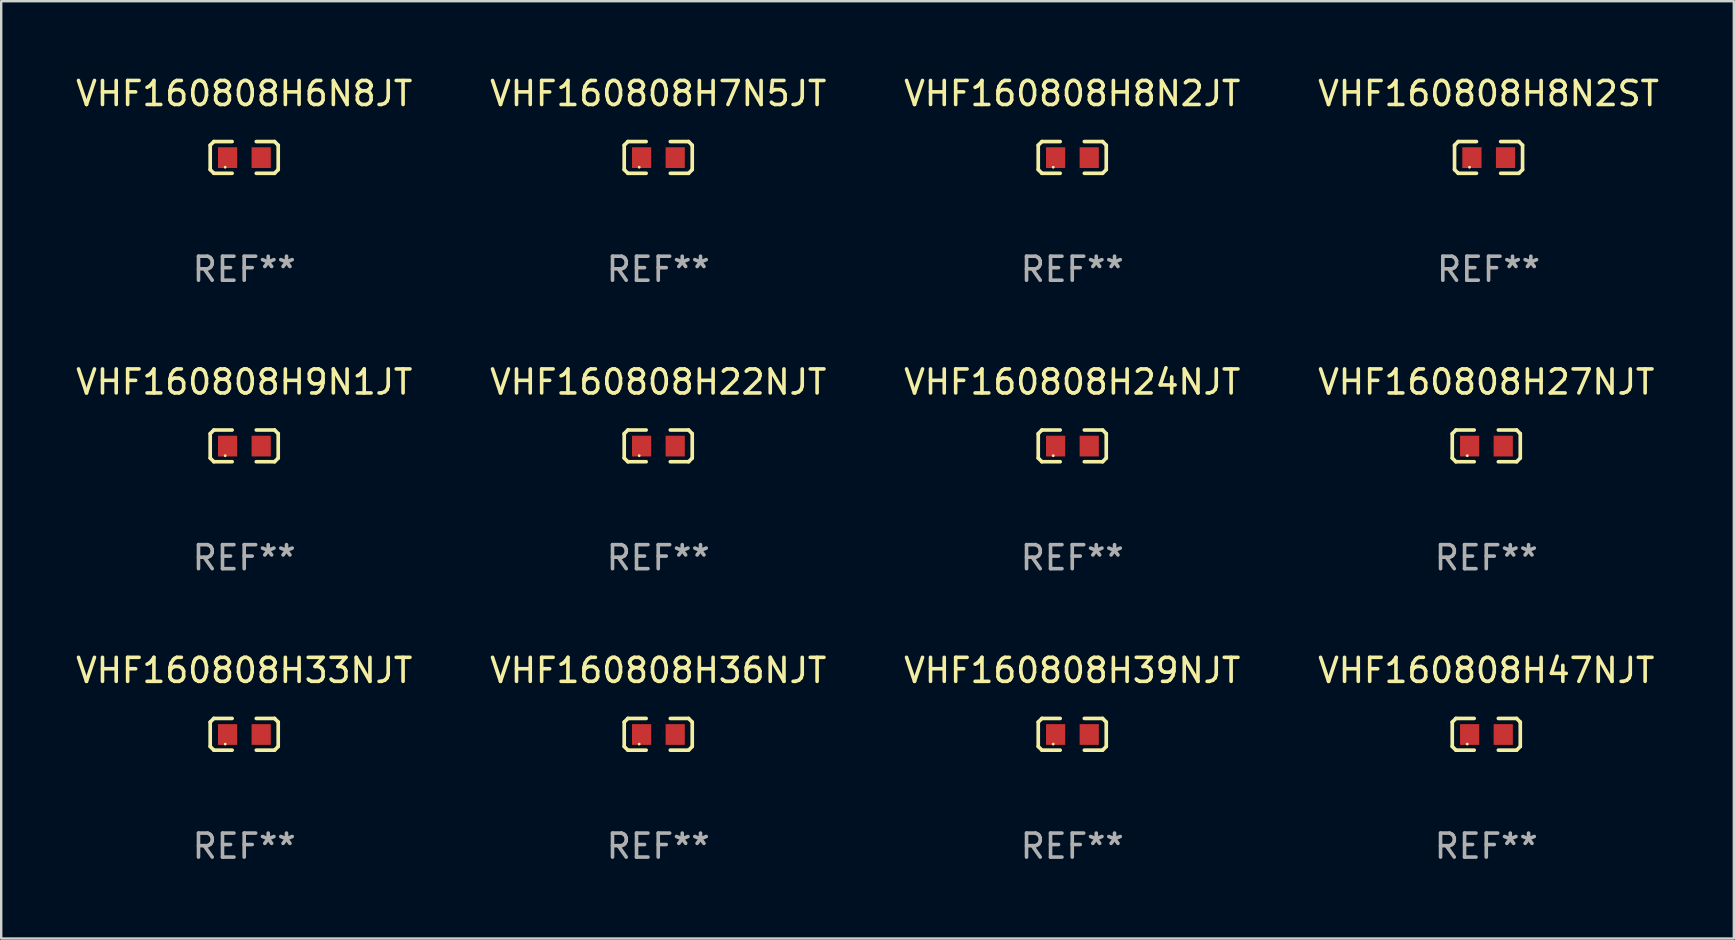
<source format=kicad_pcb>
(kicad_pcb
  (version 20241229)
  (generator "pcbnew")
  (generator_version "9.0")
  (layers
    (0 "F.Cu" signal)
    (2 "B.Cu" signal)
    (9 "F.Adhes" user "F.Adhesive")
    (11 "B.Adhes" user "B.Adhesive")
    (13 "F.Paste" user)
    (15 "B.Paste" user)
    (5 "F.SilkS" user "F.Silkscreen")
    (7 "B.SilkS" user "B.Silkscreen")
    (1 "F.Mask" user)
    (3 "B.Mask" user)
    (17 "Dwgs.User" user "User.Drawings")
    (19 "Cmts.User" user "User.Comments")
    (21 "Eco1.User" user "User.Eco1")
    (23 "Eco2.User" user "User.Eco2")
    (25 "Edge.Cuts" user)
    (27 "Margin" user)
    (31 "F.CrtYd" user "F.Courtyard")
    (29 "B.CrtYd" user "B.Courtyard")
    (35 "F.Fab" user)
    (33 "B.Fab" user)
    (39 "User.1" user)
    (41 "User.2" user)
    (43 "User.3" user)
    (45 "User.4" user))
  (footprint "VHF160808H7N5JT"
    (layer "F.Cu")
    (at 24.375 3.509)
    (property "Reference" "VHF160808H7N5JT" (at 0 -2.661 0) (layer "F.SilkS") (effects (font (size 1 1) (thickness 0.15))))
    (attr through_hole)
    (fp_line (start -1.417 -0.508) (end -1.265 -0.661) (stroke (width 0.152) (type solid)) (layer "F.SilkS"))
    (fp_line (start -1.417 0.508) (end -1.417 -0.508) (stroke (width 0.152) (type solid)) (layer "F.SilkS"))
    (fp_line (start -1.265 -0.661) (end -0.503 -0.661) (stroke (width 0.152) (type solid)) (layer "F.SilkS"))
    (fp_line (start -1.265 0.661) (end -1.417 0.508) (stroke (width 0.152) (type solid)) (layer "F.SilkS"))
    (fp_line (start -1.265 0.661) (end -0.503 0.661) (stroke (width 0.152) (type solid)) (layer "F.SilkS"))
    (fp_line (start 1.265 -0.661) (end 0.503 -0.661) (stroke (width 0.152) (type solid)) (layer "F.SilkS"))
    (fp_line (start 1.265 -0.661) (end 1.417 -0.508) (stroke (width 0.152) (type solid)) (layer "F.SilkS"))
    (fp_line (start 1.265 0.661) (end 0.503 0.661) (stroke (width 0.152) (type solid)) (layer "F.SilkS"))
    (fp_line (start 1.417 -0.508) (end 1.417 0.508) (stroke (width 0.152) (type solid)) (layer "F.SilkS"))
    (fp_line (start 1.417 0.508) (end 1.265 0.661) (stroke (width 0.152) (type solid)) (layer "F.SilkS"))
    (fp_circle (center -0.793 0.409) (end -0.763 0.409) (stroke (width 0.06) (type solid)) (fill no) (layer "F.SilkS"))
    (fp_text user "REF**" (at 0 4.661 0) (layer "F.Fab") (effects (font (size 1 1) (thickness 0.15))))
    (pad "1" smd rect (at -0.693 0.009 180) (size 0.8 0.864) (layers "F.Cu" "F.Mask" "F.Paste"))
    (pad "2" smd rect (at 0.707 0.009 180) (size 0.8 0.864) (layers "F.Cu" "F.Mask" "F.Paste")))
  (footprint "VHF160808H47NJT"
    (layer "F.Cu")
    (at 58.875 27.544)
    (property "Reference" "VHF160808H47NJT" (at 0 -2.661 0) (layer "F.SilkS") (effects (font (size 1 1) (thickness 0.15))))
    (attr through_hole)
    (fp_line (start -1.417 -0.508) (end -1.265 -0.661) (stroke (width 0.152) (type solid)) (layer "F.SilkS"))
    (fp_line (start -1.417 0.508) (end -1.417 -0.508) (stroke (width 0.152) (type solid)) (layer "F.SilkS"))
    (fp_line (start -1.265 -0.661) (end -0.503 -0.661) (stroke (width 0.152) (type solid)) (layer "F.SilkS"))
    (fp_line (start -1.265 0.661) (end -1.417 0.508) (stroke (width 0.152) (type solid)) (layer "F.SilkS"))
    (fp_line (start -1.265 0.661) (end -0.503 0.661) (stroke (width 0.152) (type solid)) (layer "F.SilkS"))
    (fp_line (start 1.265 -0.661) (end 0.503 -0.661) (stroke (width 0.152) (type solid)) (layer "F.SilkS"))
    (fp_line (start 1.265 -0.661) (end 1.417 -0.508) (stroke (width 0.152) (type solid)) (layer "F.SilkS"))
    (fp_line (start 1.265 0.661) (end 0.503 0.661) (stroke (width 0.152) (type solid)) (layer "F.SilkS"))
    (fp_line (start 1.417 -0.508) (end 1.417 0.508) (stroke (width 0.152) (type solid)) (layer "F.SilkS"))
    (fp_line (start 1.417 0.508) (end 1.265 0.661) (stroke (width 0.152) (type solid)) (layer "F.SilkS"))
    (fp_circle (center -0.793 0.409) (end -0.763 0.409) (stroke (width 0.06) (type solid)) (fill no) (layer "F.SilkS"))
    (fp_text user "REF**" (at 0 4.661 0) (layer "F.Fab") (effects (font (size 1 1) (thickness 0.15))))
    (pad "1" smd rect (at -0.693 0.009 180) (size 0.8 0.864) (layers "F.Cu" "F.Mask" "F.Paste"))
    (pad "2" smd rect (at 0.707 0.009 180) (size 0.8 0.864) (layers "F.Cu" "F.Mask" "F.Paste")))
  (footprint "VHF160808H9N1JT"
    (layer "F.Cu")
    (at 7.125 15.527)
    (property "Reference" "VHF160808H9N1JT" (at 0 -2.661 0) (layer "F.SilkS") (effects (font (size 1 1) (thickness 0.15))))
    (attr through_hole)
    (fp_line (start -1.417 -0.508) (end -1.265 -0.661) (stroke (width 0.152) (type solid)) (layer "F.SilkS"))
    (fp_line (start -1.417 0.508) (end -1.417 -0.508) (stroke (width 0.152) (type solid)) (layer "F.SilkS"))
    (fp_line (start -1.265 -0.661) (end -0.503 -0.661) (stroke (width 0.152) (type solid)) (layer "F.SilkS"))
    (fp_line (start -1.265 0.661) (end -1.417 0.508) (stroke (width 0.152) (type solid)) (layer "F.SilkS"))
    (fp_line (start -1.265 0.661) (end -0.503 0.661) (stroke (width 0.152) (type solid)) (layer "F.SilkS"))
    (fp_line (start 1.265 -0.661) (end 0.503 -0.661) (stroke (width 0.152) (type solid)) (layer "F.SilkS"))
    (fp_line (start 1.265 -0.661) (end 1.417 -0.508) (stroke (width 0.152) (type solid)) (layer "F.SilkS"))
    (fp_line (start 1.265 0.661) (end 0.503 0.661) (stroke (width 0.152) (type solid)) (layer "F.SilkS"))
    (fp_line (start 1.417 -0.508) (end 1.417 0.508) (stroke (width 0.152) (type solid)) (layer "F.SilkS"))
    (fp_line (start 1.417 0.508) (end 1.265 0.661) (stroke (width 0.152) (type solid)) (layer "F.SilkS"))
    (fp_circle (center -0.793 0.409) (end -0.763 0.409) (stroke (width 0.06) (type solid)) (fill no) (layer "F.SilkS"))
    (fp_text user "REF**" (at 0 4.661 0) (layer "F.Fab") (effects (font (size 1 1) (thickness 0.15))))
    (pad "1" smd rect (at -0.693 0.009 180) (size 0.8 0.864) (layers "F.Cu" "F.Mask" "F.Paste"))
    (pad "2" smd rect (at 0.707 0.009 180) (size 0.8 0.864) (layers "F.Cu" "F.Mask" "F.Paste")))
  (footprint "VHF160808H8N2JT"
    (layer "F.Cu")
    (at 41.625 3.509)
    (property "Reference" "VHF160808H8N2JT" (at 0 -2.661 0) (layer "F.SilkS") (effects (font (size 1 1) (thickness 0.15))))
    (attr through_hole)
    (fp_line (start -1.417 -0.508) (end -1.265 -0.661) (stroke (width 0.152) (type solid)) (layer "F.SilkS"))
    (fp_line (start -1.417 0.508) (end -1.417 -0.508) (stroke (width 0.152) (type solid)) (layer "F.SilkS"))
    (fp_line (start -1.265 -0.661) (end -0.503 -0.661) (stroke (width 0.152) (type solid)) (layer "F.SilkS"))
    (fp_line (start -1.265 0.661) (end -1.417 0.508) (stroke (width 0.152) (type solid)) (layer "F.SilkS"))
    (fp_line (start -1.265 0.661) (end -0.503 0.661) (stroke (width 0.152) (type solid)) (layer "F.SilkS"))
    (fp_line (start 1.265 -0.661) (end 0.503 -0.661) (stroke (width 0.152) (type solid)) (layer "F.SilkS"))
    (fp_line (start 1.265 -0.661) (end 1.417 -0.508) (stroke (width 0.152) (type solid)) (layer "F.SilkS"))
    (fp_line (start 1.265 0.661) (end 0.503 0.661) (stroke (width 0.152) (type solid)) (layer "F.SilkS"))
    (fp_line (start 1.417 -0.508) (end 1.417 0.508) (stroke (width 0.152) (type solid)) (layer "F.SilkS"))
    (fp_line (start 1.417 0.508) (end 1.265 0.661) (stroke (width 0.152) (type solid)) (layer "F.SilkS"))
    (fp_circle (center -0.793 0.409) (end -0.763 0.409) (stroke (width 0.06) (type solid)) (fill no) (layer "F.SilkS"))
    (fp_text user "REF**" (at 0 4.661 0) (layer "F.Fab") (effects (font (size 1 1) (thickness 0.15))))
    (pad "1" smd rect (at -0.693 0.009 180) (size 0.8 0.864) (layers "F.Cu" "F.Mask" "F.Paste"))
    (pad "2" smd rect (at 0.707 0.009 180) (size 0.8 0.864) (layers "F.Cu" "F.Mask" "F.Paste")))
  (footprint "VHF160808H8N2ST"
    (layer "F.Cu")
    (at 58.97 3.509)
    (property "Reference" "VHF160808H8N2ST" (at 0 -2.661 0) (layer "F.SilkS") (effects (font (size 1 1) (thickness 0.15))))
    (attr through_hole)
    (fp_line (start -1.417 -0.508) (end -1.265 -0.661) (stroke (width 0.152) (type solid)) (layer "F.SilkS"))
    (fp_line (start -1.417 0.508) (end -1.417 -0.508) (stroke (width 0.152) (type solid)) (layer "F.SilkS"))
    (fp_line (start -1.265 -0.661) (end -0.503 -0.661) (stroke (width 0.152) (type solid)) (layer "F.SilkS"))
    (fp_line (start -1.265 0.661) (end -1.417 0.508) (stroke (width 0.152) (type solid)) (layer "F.SilkS"))
    (fp_line (start -1.265 0.661) (end -0.503 0.661) (stroke (width 0.152) (type solid)) (layer "F.SilkS"))
    (fp_line (start 1.265 -0.661) (end 0.503 -0.661) (stroke (width 0.152) (type solid)) (layer "F.SilkS"))
    (fp_line (start 1.265 -0.661) (end 1.417 -0.508) (stroke (width 0.152) (type solid)) (layer "F.SilkS"))
    (fp_line (start 1.265 0.661) (end 0.503 0.661) (stroke (width 0.152) (type solid)) (layer "F.SilkS"))
    (fp_line (start 1.417 -0.508) (end 1.417 0.508) (stroke (width 0.152) (type solid)) (layer "F.SilkS"))
    (fp_line (start 1.417 0.508) (end 1.265 0.661) (stroke (width 0.152) (type solid)) (layer "F.SilkS"))
    (fp_circle (center -0.793 0.409) (end -0.763 0.409) (stroke (width 0.06) (type solid)) (fill no) (layer "F.SilkS"))
    (fp_text user "REF**" (at 0 4.661 0) (layer "F.Fab") (effects (font (size 1 1) (thickness 0.15))))
    (pad "1" smd rect (at -0.693 0.009 180) (size 0.8 0.864) (layers "F.Cu" "F.Mask" "F.Paste"))
    (pad "2" smd rect (at 0.707 0.009 180) (size 0.8 0.864) (layers "F.Cu" "F.Mask" "F.Paste")))
  (footprint "VHF160808H27NJT"
    (layer "F.Cu")
    (at 58.875 15.527)
    (property "Reference" "VHF160808H27NJT" (at 0 -2.661 0) (layer "F.SilkS") (effects (font (size 1 1) (thickness 0.15))))
    (attr through_hole)
    (fp_line (start -1.417 -0.508) (end -1.265 -0.661) (stroke (width 0.152) (type solid)) (layer "F.SilkS"))
    (fp_line (start -1.417 0.508) (end -1.417 -0.508) (stroke (width 0.152) (type solid)) (layer "F.SilkS"))
    (fp_line (start -1.265 -0.661) (end -0.503 -0.661) (stroke (width 0.152) (type solid)) (layer "F.SilkS"))
    (fp_line (start -1.265 0.661) (end -1.417 0.508) (stroke (width 0.152) (type solid)) (layer "F.SilkS"))
    (fp_line (start -1.265 0.661) (end -0.503 0.661) (stroke (width 0.152) (type solid)) (layer "F.SilkS"))
    (fp_line (start 1.265 -0.661) (end 0.503 -0.661) (stroke (width 0.152) (type solid)) (layer "F.SilkS"))
    (fp_line (start 1.265 -0.661) (end 1.417 -0.508) (stroke (width 0.152) (type solid)) (layer "F.SilkS"))
    (fp_line (start 1.265 0.661) (end 0.503 0.661) (stroke (width 0.152) (type solid)) (layer "F.SilkS"))
    (fp_line (start 1.417 -0.508) (end 1.417 0.508) (stroke (width 0.152) (type solid)) (layer "F.SilkS"))
    (fp_line (start 1.417 0.508) (end 1.265 0.661) (stroke (width 0.152) (type solid)) (layer "F.SilkS"))
    (fp_circle (center -0.793 0.409) (end -0.763 0.409) (stroke (width 0.06) (type solid)) (fill no) (layer "F.SilkS"))
    (fp_text user "REF**" (at 0 4.661 0) (layer "F.Fab") (effects (font (size 1 1) (thickness 0.15))))
    (pad "1" smd rect (at -0.693 0.009 180) (size 0.8 0.864) (layers "F.Cu" "F.Mask" "F.Paste"))
    (pad "2" smd rect (at 0.707 0.009 180) (size 0.8 0.864) (layers "F.Cu" "F.Mask" "F.Paste")))
  (footprint "VHF160808H22NJT"
    (layer "F.Cu")
    (at 24.375 15.527)
    (property "Reference" "VHF160808H22NJT" (at 0 -2.661 0) (layer "F.SilkS") (effects (font (size 1 1) (thickness 0.15))))
    (attr through_hole)
    (fp_line (start -1.417 -0.508) (end -1.265 -0.661) (stroke (width 0.152) (type solid)) (layer "F.SilkS"))
    (fp_line (start -1.417 0.508) (end -1.417 -0.508) (stroke (width 0.152) (type solid)) (layer "F.SilkS"))
    (fp_line (start -1.265 -0.661) (end -0.503 -0.661) (stroke (width 0.152) (type solid)) (layer "F.SilkS"))
    (fp_line (start -1.265 0.661) (end -1.417 0.508) (stroke (width 0.152) (type solid)) (layer "F.SilkS"))
    (fp_line (start -1.265 0.661) (end -0.503 0.661) (stroke (width 0.152) (type solid)) (layer "F.SilkS"))
    (fp_line (start 1.265 -0.661) (end 0.503 -0.661) (stroke (width 0.152) (type solid)) (layer "F.SilkS"))
    (fp_line (start 1.265 -0.661) (end 1.417 -0.508) (stroke (width 0.152) (type solid)) (layer "F.SilkS"))
    (fp_line (start 1.265 0.661) (end 0.503 0.661) (stroke (width 0.152) (type solid)) (layer "F.SilkS"))
    (fp_line (start 1.417 -0.508) (end 1.417 0.508) (stroke (width 0.152) (type solid)) (layer "F.SilkS"))
    (fp_line (start 1.417 0.508) (end 1.265 0.661) (stroke (width 0.152) (type solid)) (layer "F.SilkS"))
    (fp_circle (center -0.793 0.409) (end -0.763 0.409) (stroke (width 0.06) (type solid)) (fill no) (layer "F.SilkS"))
    (fp_text user "REF**" (at 0 4.661 0) (layer "F.Fab") (effects (font (size 1 1) (thickness 0.15))))
    (pad "1" smd rect (at -0.693 0.009 180) (size 0.8 0.864) (layers "F.Cu" "F.Mask" "F.Paste"))
    (pad "2" smd rect (at 0.707 0.009 180) (size 0.8 0.864) (layers "F.Cu" "F.Mask" "F.Paste")))
  (footprint "VHF160808H36NJT"
    (layer "F.Cu")
    (at 24.375 27.544)
    (property "Reference" "VHF160808H36NJT" (at 0 -2.661 0) (layer "F.SilkS") (effects (font (size 1 1) (thickness 0.15))))
    (attr through_hole)
    (fp_line (start -1.417 -0.508) (end -1.265 -0.661) (stroke (width 0.152) (type solid)) (layer "F.SilkS"))
    (fp_line (start -1.417 0.508) (end -1.417 -0.508) (stroke (width 0.152) (type solid)) (layer "F.SilkS"))
    (fp_line (start -1.265 -0.661) (end -0.503 -0.661) (stroke (width 0.152) (type solid)) (layer "F.SilkS"))
    (fp_line (start -1.265 0.661) (end -1.417 0.508) (stroke (width 0.152) (type solid)) (layer "F.SilkS"))
    (fp_line (start -1.265 0.661) (end -0.503 0.661) (stroke (width 0.152) (type solid)) (layer "F.SilkS"))
    (fp_line (start 1.265 -0.661) (end 0.503 -0.661) (stroke (width 0.152) (type solid)) (layer "F.SilkS"))
    (fp_line (start 1.265 -0.661) (end 1.417 -0.508) (stroke (width 0.152) (type solid)) (layer "F.SilkS"))
    (fp_line (start 1.265 0.661) (end 0.503 0.661) (stroke (width 0.152) (type solid)) (layer "F.SilkS"))
    (fp_line (start 1.417 -0.508) (end 1.417 0.508) (stroke (width 0.152) (type solid)) (layer "F.SilkS"))
    (fp_line (start 1.417 0.508) (end 1.265 0.661) (stroke (width 0.152) (type solid)) (layer "F.SilkS"))
    (fp_circle (center -0.793 0.409) (end -0.763 0.409) (stroke (width 0.06) (type solid)) (fill no) (layer "F.SilkS"))
    (fp_text user "REF**" (at 0 4.661 0) (layer "F.Fab") (effects (font (size 1 1) (thickness 0.15))))
    (pad "1" smd rect (at -0.693 0.009 180) (size 0.8 0.864) (layers "F.Cu" "F.Mask" "F.Paste"))
    (pad "2" smd rect (at 0.707 0.009 180) (size 0.8 0.864) (layers "F.Cu" "F.Mask" "F.Paste")))
  (footprint "VHF160808H6N8JT"
    (layer "F.Cu")
    (at 7.125 3.509)
    (property "Reference" "VHF160808H6N8JT" (at 0 -2.661 0) (layer "F.SilkS") (effects (font (size 1 1) (thickness 0.15))))
    (attr through_hole)
    (fp_line (start -1.417 -0.508) (end -1.265 -0.661) (stroke (width 0.152) (type solid)) (layer "F.SilkS"))
    (fp_line (start -1.417 0.508) (end -1.417 -0.508) (stroke (width 0.152) (type solid)) (layer "F.SilkS"))
    (fp_line (start -1.265 -0.661) (end -0.503 -0.661) (stroke (width 0.152) (type solid)) (layer "F.SilkS"))
    (fp_line (start -1.265 0.661) (end -1.417 0.508) (stroke (width 0.152) (type solid)) (layer "F.SilkS"))
    (fp_line (start -1.265 0.661) (end -0.503 0.661) (stroke (width 0.152) (type solid)) (layer "F.SilkS"))
    (fp_line (start 1.265 -0.661) (end 0.503 -0.661) (stroke (width 0.152) (type solid)) (layer "F.SilkS"))
    (fp_line (start 1.265 -0.661) (end 1.417 -0.508) (stroke (width 0.152) (type solid)) (layer "F.SilkS"))
    (fp_line (start 1.265 0.661) (end 0.503 0.661) (stroke (width 0.152) (type solid)) (layer "F.SilkS"))
    (fp_line (start 1.417 -0.508) (end 1.417 0.508) (stroke (width 0.152) (type solid)) (layer "F.SilkS"))
    (fp_line (start 1.417 0.508) (end 1.265 0.661) (stroke (width 0.152) (type solid)) (layer "F.SilkS"))
    (fp_circle (center -0.793 0.409) (end -0.763 0.409) (stroke (width 0.06) (type solid)) (fill no) (layer "F.SilkS"))
    (fp_text user "REF**" (at 0 4.661 0) (layer "F.Fab") (effects (font (size 1 1) (thickness 0.15))))
    (pad "1" smd rect (at -0.693 0.009 180) (size 0.8 0.864) (layers "F.Cu" "F.Mask" "F.Paste"))
    (pad "2" smd rect (at 0.707 0.009 180) (size 0.8 0.864) (layers "F.Cu" "F.Mask" "F.Paste")))
  (footprint "VHF160808H24NJT"
    (layer "F.Cu")
    (at 41.625 15.527)
    (property "Reference" "VHF160808H24NJT" (at 0 -2.661 0) (layer "F.SilkS") (effects (font (size 1 1) (thickness 0.15))))
    (attr through_hole)
    (fp_line (start -1.417 -0.508) (end -1.265 -0.661) (stroke (width 0.152) (type solid)) (layer "F.SilkS"))
    (fp_line (start -1.417 0.508) (end -1.417 -0.508) (stroke (width 0.152) (type solid)) (layer "F.SilkS"))
    (fp_line (start -1.265 -0.661) (end -0.503 -0.661) (stroke (width 0.152) (type solid)) (layer "F.SilkS"))
    (fp_line (start -1.265 0.661) (end -1.417 0.508) (stroke (width 0.152) (type solid)) (layer "F.SilkS"))
    (fp_line (start -1.265 0.661) (end -0.503 0.661) (stroke (width 0.152) (type solid)) (layer "F.SilkS"))
    (fp_line (start 1.265 -0.661) (end 0.503 -0.661) (stroke (width 0.152) (type solid)) (layer "F.SilkS"))
    (fp_line (start 1.265 -0.661) (end 1.417 -0.508) (stroke (width 0.152) (type solid)) (layer "F.SilkS"))
    (fp_line (start 1.265 0.661) (end 0.503 0.661) (stroke (width 0.152) (type solid)) (layer "F.SilkS"))
    (fp_line (start 1.417 -0.508) (end 1.417 0.508) (stroke (width 0.152) (type solid)) (layer "F.SilkS"))
    (fp_line (start 1.417 0.508) (end 1.265 0.661) (stroke (width 0.152) (type solid)) (layer "F.SilkS"))
    (fp_circle (center -0.793 0.409) (end -0.763 0.409) (stroke (width 0.06) (type solid)) (fill no) (layer "F.SilkS"))
    (fp_text user "REF**" (at 0 4.661 0) (layer "F.Fab") (effects (font (size 1 1) (thickness 0.15))))
    (pad "1" smd rect (at -0.693 0.009 180) (size 0.8 0.864) (layers "F.Cu" "F.Mask" "F.Paste"))
    (pad "2" smd rect (at 0.707 0.009 180) (size 0.8 0.864) (layers "F.Cu" "F.Mask" "F.Paste")))
  (footprint "VHF160808H39NJT"
    (layer "F.Cu")
    (at 41.625 27.544)
    (property "Reference" "VHF160808H39NJT" (at 0 -2.661 0) (layer "F.SilkS") (effects (font (size 1 1) (thickness 0.15))))
    (attr through_hole)
    (fp_line (start -1.417 -0.508) (end -1.265 -0.661) (stroke (width 0.152) (type solid)) (layer "F.SilkS"))
    (fp_line (start -1.417 0.508) (end -1.417 -0.508) (stroke (width 0.152) (type solid)) (layer "F.SilkS"))
    (fp_line (start -1.265 -0.661) (end -0.503 -0.661) (stroke (width 0.152) (type solid)) (layer "F.SilkS"))
    (fp_line (start -1.265 0.661) (end -1.417 0.508) (stroke (width 0.152) (type solid)) (layer "F.SilkS"))
    (fp_line (start -1.265 0.661) (end -0.503 0.661) (stroke (width 0.152) (type solid)) (layer "F.SilkS"))
    (fp_line (start 1.265 -0.661) (end 0.503 -0.661) (stroke (width 0.152) (type solid)) (layer "F.SilkS"))
    (fp_line (start 1.265 -0.661) (end 1.417 -0.508) (stroke (width 0.152) (type solid)) (layer "F.SilkS"))
    (fp_line (start 1.265 0.661) (end 0.503 0.661) (stroke (width 0.152) (type solid)) (layer "F.SilkS"))
    (fp_line (start 1.417 -0.508) (end 1.417 0.508) (stroke (width 0.152) (type solid)) (layer "F.SilkS"))
    (fp_line (start 1.417 0.508) (end 1.265 0.661) (stroke (width 0.152) (type solid)) (layer "F.SilkS"))
    (fp_circle (center -0.793 0.409) (end -0.763 0.409) (stroke (width 0.06) (type solid)) (fill no) (layer "F.SilkS"))
    (fp_text user "REF**" (at 0 4.661 0) (layer "F.Fab") (effects (font (size 1 1) (thickness 0.15))))
    (pad "1" smd rect (at -0.693 0.009 180) (size 0.8 0.864) (layers "F.Cu" "F.Mask" "F.Paste"))
    (pad "2" smd rect (at 0.707 0.009 180) (size 0.8 0.864) (layers "F.Cu" "F.Mask" "F.Paste")))
  (footprint "VHF160808H33NJT"
    (layer "F.Cu")
    (at 7.125 27.544)
    (property "Reference" "VHF160808H33NJT" (at 0 -2.661 0) (layer "F.SilkS") (effects (font (size 1 1) (thickness 0.15))))
    (attr through_hole)
    (fp_line (start -1.417 -0.508) (end -1.265 -0.661) (stroke (width 0.152) (type solid)) (layer "F.SilkS"))
    (fp_line (start -1.417 0.508) (end -1.417 -0.508) (stroke (width 0.152) (type solid)) (layer "F.SilkS"))
    (fp_line (start -1.265 -0.661) (end -0.503 -0.661) (stroke (width 0.152) (type solid)) (layer "F.SilkS"))
    (fp_line (start -1.265 0.661) (end -1.417 0.508) (stroke (width 0.152) (type solid)) (layer "F.SilkS"))
    (fp_line (start -1.265 0.661) (end -0.503 0.661) (stroke (width 0.152) (type solid)) (layer "F.SilkS"))
    (fp_line (start 1.265 -0.661) (end 0.503 -0.661) (stroke (width 0.152) (type solid)) (layer "F.SilkS"))
    (fp_line (start 1.265 -0.661) (end 1.417 -0.508) (stroke (width 0.152) (type solid)) (layer "F.SilkS"))
    (fp_line (start 1.265 0.661) (end 0.503 0.661) (stroke (width 0.152) (type solid)) (layer "F.SilkS"))
    (fp_line (start 1.417 -0.508) (end 1.417 0.508) (stroke (width 0.152) (type solid)) (layer "F.SilkS"))
    (fp_line (start 1.417 0.508) (end 1.265 0.661) (stroke (width 0.152) (type solid)) (layer "F.SilkS"))
    (fp_circle (center -0.793 0.409) (end -0.763 0.409) (stroke (width 0.06) (type solid)) (fill no) (layer "F.SilkS"))
    (fp_text user "REF**" (at 0 4.661 0) (layer "F.Fab") (effects (font (size 1 1) (thickness 0.15))))
    (pad "1" smd rect (at -0.693 0.009 180) (size 0.8 0.864) (layers "F.Cu" "F.Mask" "F.Paste"))
    (pad "2" smd rect (at 0.707 0.009 180) (size 0.8 0.864) (layers "F.Cu" "F.Mask" "F.Paste")))
  (gr_rect
    (start -3 -3)
    (end 69.19 36.053)
    (stroke (width 0.1) (type default))
    (fill no)
    (layer "Edge.Cuts")))
</source>
